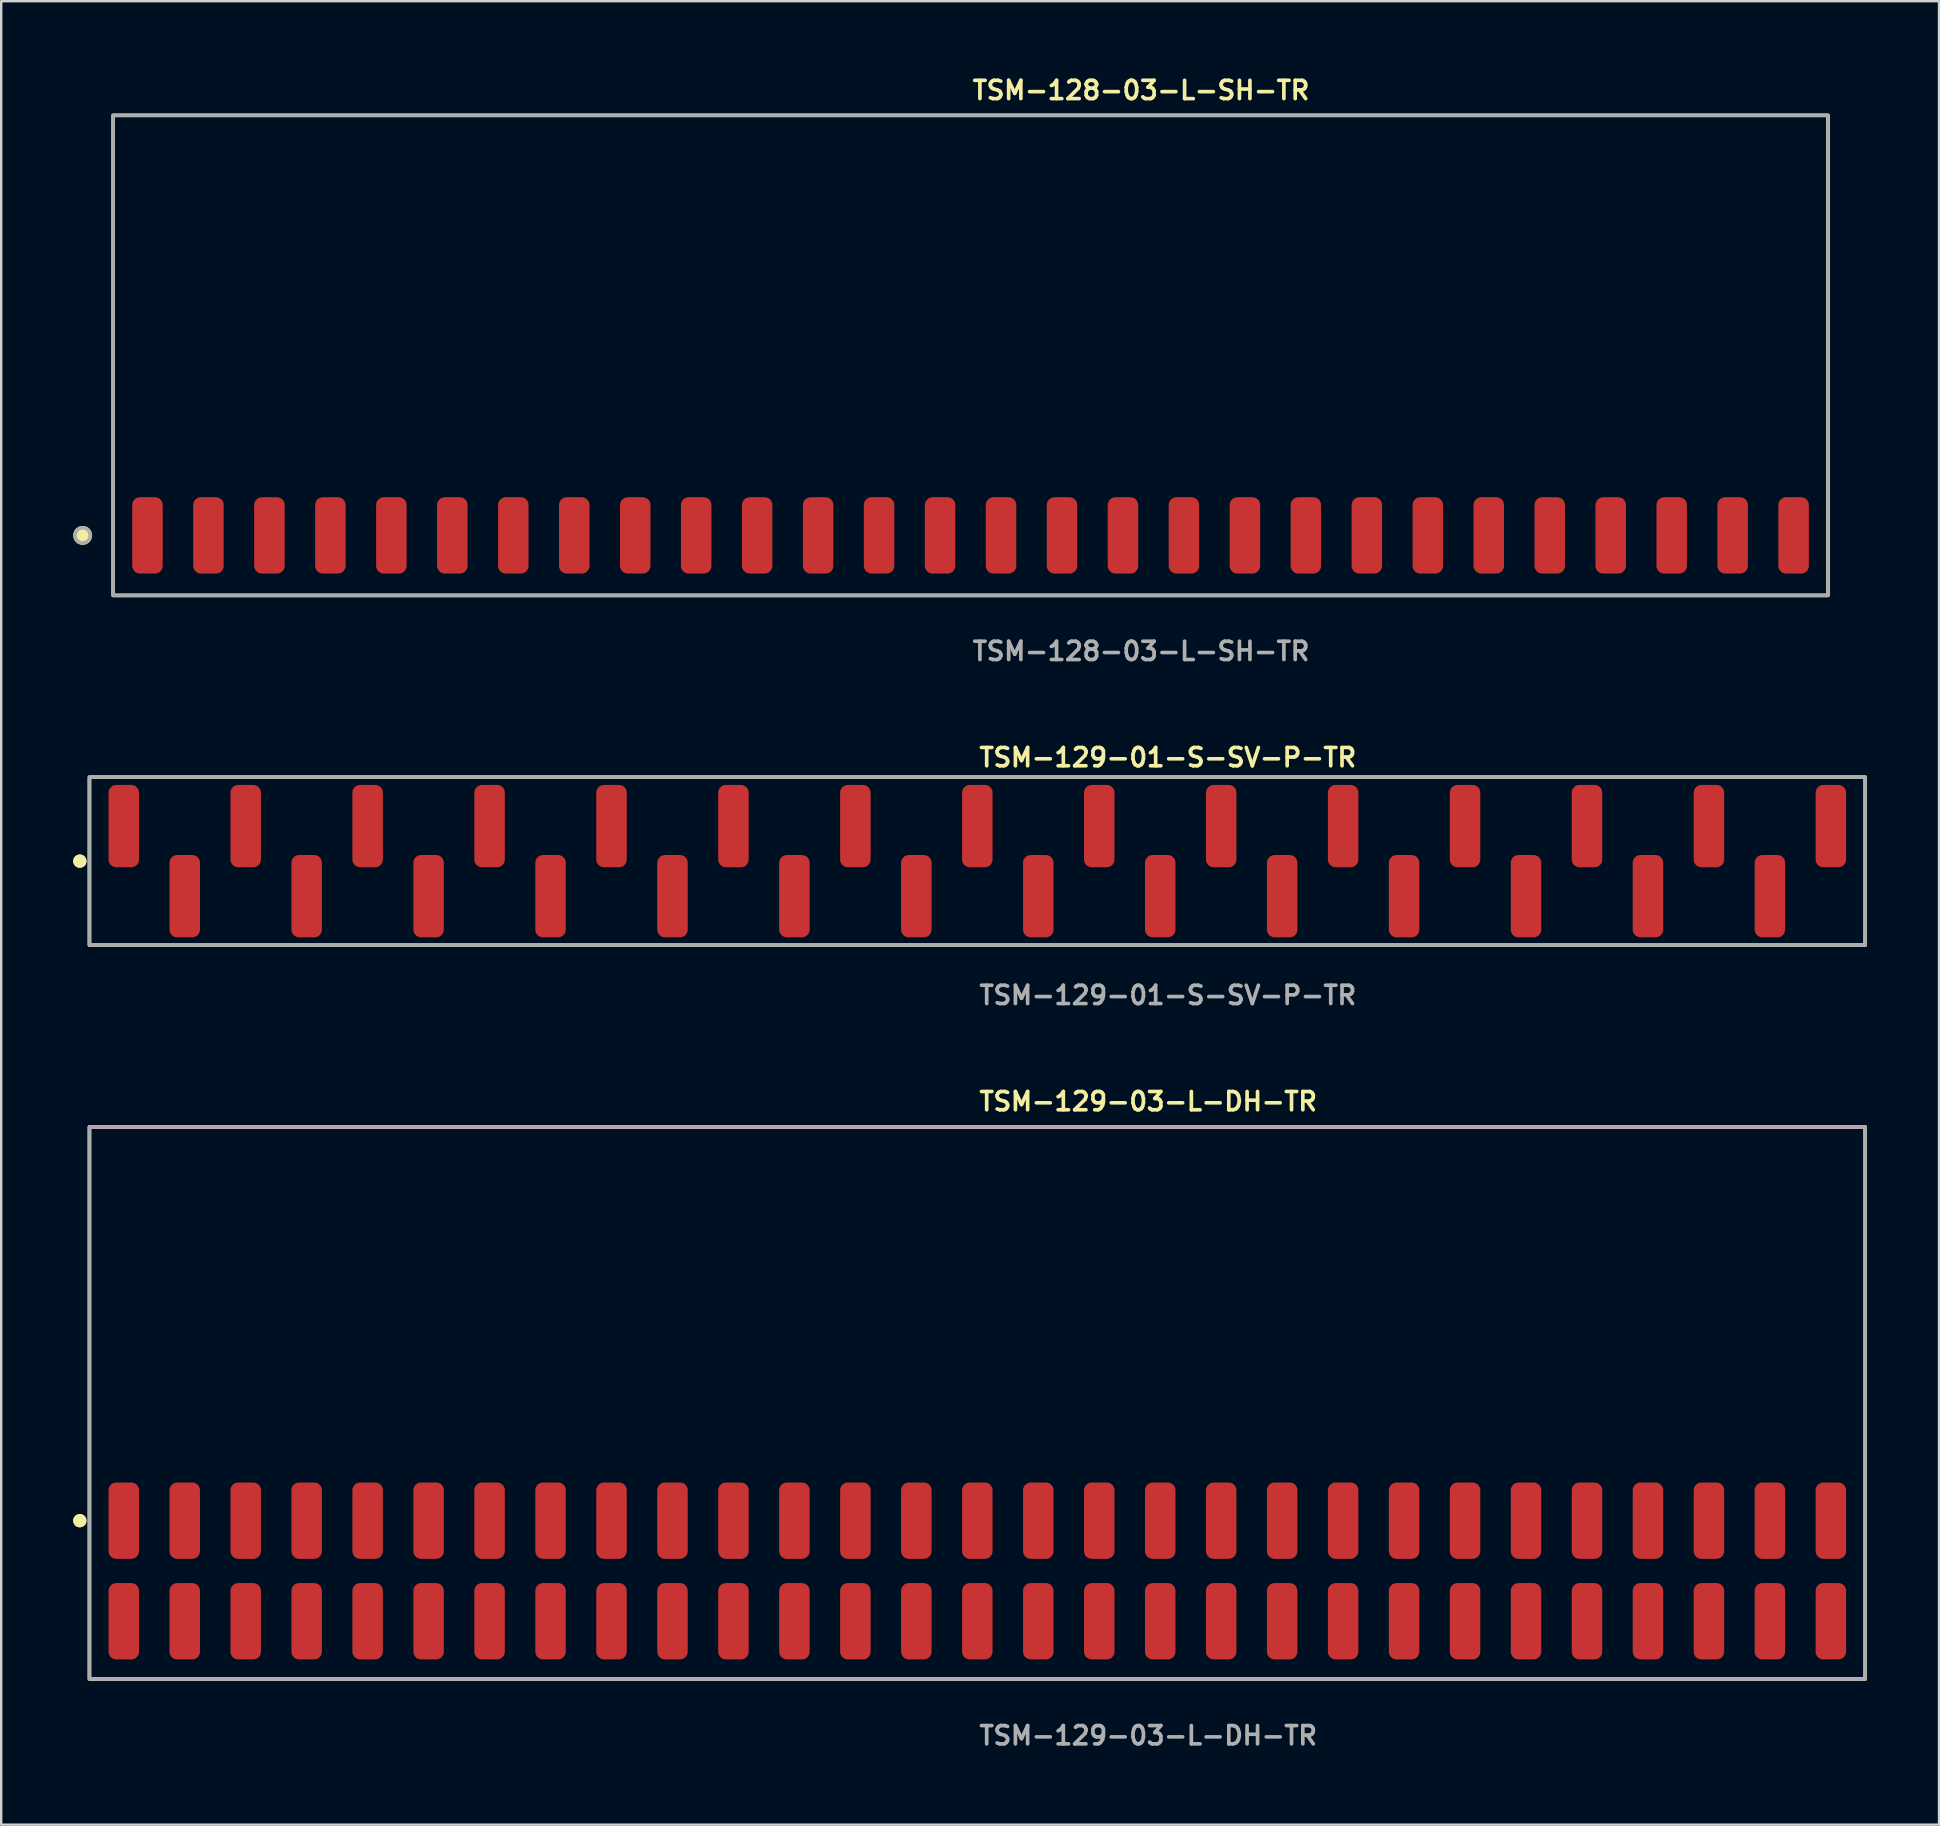
<source format=kicad_pcb>
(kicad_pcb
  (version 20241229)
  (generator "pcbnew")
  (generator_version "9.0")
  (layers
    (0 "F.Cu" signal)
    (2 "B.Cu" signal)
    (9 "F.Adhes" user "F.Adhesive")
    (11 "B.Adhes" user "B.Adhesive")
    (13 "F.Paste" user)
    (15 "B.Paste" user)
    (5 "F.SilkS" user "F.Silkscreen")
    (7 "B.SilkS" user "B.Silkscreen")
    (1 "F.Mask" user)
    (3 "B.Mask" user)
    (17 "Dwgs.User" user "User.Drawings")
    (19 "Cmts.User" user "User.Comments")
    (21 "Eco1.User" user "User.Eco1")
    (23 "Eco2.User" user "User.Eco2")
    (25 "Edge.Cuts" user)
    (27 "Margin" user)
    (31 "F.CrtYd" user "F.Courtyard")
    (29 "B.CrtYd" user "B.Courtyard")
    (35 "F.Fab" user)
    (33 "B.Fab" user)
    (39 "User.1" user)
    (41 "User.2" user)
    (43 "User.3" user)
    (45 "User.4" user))
  (footprint "TSM-129-03-L-DH-TR"
    (layer "F.Cu")
    (at 37.666 62.398)
    (property "Reference" "TSM-129-03-L-DH-TR" (at 0 -19.558 0) (unlocked yes) (layer "F.SilkS") (effects (font (size 0.762 0.762) (thickness 0.152)) (justify left)))
    (fp_rect (start -36.99 4.5) (end 36.99 -18.5) (stroke (width 0.152) (type solid)) (fill no) (layer "F.SilkS"))
    (fp_circle (center -37.39 -2.095) (end -37.59 -2.095) (stroke (width 0.152) (type solid)) (fill yes) (layer "F.SilkS"))
    (fp_circle (center -37.39 -2.095) (end -37.59 -2.095) (stroke (width 0.152) (type solid)) (fill yes) (layer "F.SilkS"))
    (fp_rect (start -36.99 4.5) (end 36.99 -18.5) (stroke (width 0.006) (type solid)) (fill no) (layer "F.CrtYd"))
    (fp_rect (start -36.99 4.5) (end 36.99 -18.5) (stroke (width 0.152) (type solid)) (fill no) (layer "F.Fab"))
    (fp_text user "${REFERENCE}" (at 0 6.858 0) (unlocked yes) (layer "F.Fab") (effects (font (size 0.762 0.762) (thickness 0.152)) (justify left)))
    (pad "1" smd roundrect (at -35.56 2.095) (size 1.27 3.18) (layers "F.Cu" "F.Paste") (roundrect_rratio 0.25))
    (pad "2" smd roundrect (at -35.56 -2.095) (size 1.27 3.18) (layers "F.Cu" "F.Paste") (roundrect_rratio 0.25))
    (pad "3" smd roundrect (at -33.02 2.095) (size 1.27 3.18) (layers "F.Cu" "F.Paste") (roundrect_rratio 0.25))
    (pad "4" smd roundrect (at -33.02 -2.095) (size 1.27 3.18) (layers "F.Cu" "F.Paste") (roundrect_rratio 0.25))
    (pad "5" smd roundrect (at -30.48 2.095) (size 1.27 3.18) (layers "F.Cu" "F.Paste") (roundrect_rratio 0.25))
    (pad "6" smd roundrect (at -30.48 -2.095) (size 1.27 3.18) (layers "F.Cu" "F.Paste") (roundrect_rratio 0.25))
    (pad "7" smd roundrect (at -27.94 2.095) (size 1.27 3.18) (layers "F.Cu" "F.Paste") (roundrect_rratio 0.25))
    (pad "8" smd roundrect (at -27.94 -2.095) (size 1.27 3.18) (layers "F.Cu" "F.Paste") (roundrect_rratio 0.25))
    (pad "9" smd roundrect (at -25.4 2.095) (size 1.27 3.18) (layers "F.Cu" "F.Paste") (roundrect_rratio 0.25))
    (pad "10" smd roundrect (at -25.4 -2.095) (size 1.27 3.18) (layers "F.Cu" "F.Paste") (roundrect_rratio 0.25))
    (pad "11" smd roundrect (at -22.86 2.095) (size 1.27 3.18) (layers "F.Cu" "F.Paste") (roundrect_rratio 0.25))
    (pad "12" smd roundrect (at -22.86 -2.095) (size 1.27 3.18) (layers "F.Cu" "F.Paste") (roundrect_rratio 0.25))
    (pad "13" smd roundrect (at -20.32 2.095) (size 1.27 3.18) (layers "F.Cu" "F.Paste") (roundrect_rratio 0.25))
    (pad "14" smd roundrect (at -20.32 -2.095) (size 1.27 3.18) (layers "F.Cu" "F.Paste") (roundrect_rratio 0.25))
    (pad "15" smd roundrect (at -17.78 2.095) (size 1.27 3.18) (layers "F.Cu" "F.Paste") (roundrect_rratio 0.25))
    (pad "16" smd roundrect (at -17.78 -2.095) (size 1.27 3.18) (layers "F.Cu" "F.Paste") (roundrect_rratio 0.25))
    (pad "17" smd roundrect (at -15.24 2.095) (size 1.27 3.18) (layers "F.Cu" "F.Paste") (roundrect_rratio 0.25))
    (pad "18" smd roundrect (at -15.24 -2.095) (size 1.27 3.18) (layers "F.Cu" "F.Paste") (roundrect_rratio 0.25))
    (pad "19" smd roundrect (at -12.7 2.095) (size 1.27 3.18) (layers "F.Cu" "F.Paste") (roundrect_rratio 0.25))
    (pad "20" smd roundrect (at -12.7 -2.095) (size 1.27 3.18) (layers "F.Cu" "F.Paste") (roundrect_rratio 0.25))
    (pad "21" smd roundrect (at -10.16 2.095) (size 1.27 3.18) (layers "F.Cu" "F.Paste") (roundrect_rratio 0.25))
    (pad "22" smd roundrect (at -10.16 -2.095) (size 1.27 3.18) (layers "F.Cu" "F.Paste") (roundrect_rratio 0.25))
    (pad "23" smd roundrect (at -7.62 2.095) (size 1.27 3.18) (layers "F.Cu" "F.Paste") (roundrect_rratio 0.25))
    (pad "24" smd roundrect (at -7.62 -2.095) (size 1.27 3.18) (layers "F.Cu" "F.Paste") (roundrect_rratio 0.25))
    (pad "25" smd roundrect (at -5.08 2.095) (size 1.27 3.18) (layers "F.Cu" "F.Paste") (roundrect_rratio 0.25))
    (pad "26" smd roundrect (at -5.08 -2.095) (size 1.27 3.18) (layers "F.Cu" "F.Paste") (roundrect_rratio 0.25))
    (pad "27" smd roundrect (at -2.54 2.095) (size 1.27 3.18) (layers "F.Cu" "F.Paste") (roundrect_rratio 0.25))
    (pad "28" smd roundrect (at -2.54 -2.095) (size 1.27 3.18) (layers "F.Cu" "F.Paste") (roundrect_rratio 0.25))
    (pad "29" smd roundrect (at 0 2.095) (size 1.27 3.18) (layers "F.Cu" "F.Paste") (roundrect_rratio 0.25))
    (pad "30" smd roundrect (at 0 -2.095) (size 1.27 3.18) (layers "F.Cu" "F.Paste") (roundrect_rratio 0.25))
    (pad "31" smd roundrect (at 2.54 2.095) (size 1.27 3.18) (layers "F.Cu" "F.Paste") (roundrect_rratio 0.25))
    (pad "32" smd roundrect (at 2.54 -2.095) (size 1.27 3.18) (layers "F.Cu" "F.Paste") (roundrect_rratio 0.25))
    (pad "33" smd roundrect (at 5.08 2.095) (size 1.27 3.18) (layers "F.Cu" "F.Paste") (roundrect_rratio 0.25))
    (pad "34" smd roundrect (at 5.08 -2.095) (size 1.27 3.18) (layers "F.Cu" "F.Paste") (roundrect_rratio 0.25))
    (pad "35" smd roundrect (at 7.62 2.095) (size 1.27 3.18) (layers "F.Cu" "F.Paste") (roundrect_rratio 0.25))
    (pad "36" smd roundrect (at 7.62 -2.095) (size 1.27 3.18) (layers "F.Cu" "F.Paste") (roundrect_rratio 0.25))
    (pad "37" smd roundrect (at 10.16 2.095) (size 1.27 3.18) (layers "F.Cu" "F.Paste") (roundrect_rratio 0.25))
    (pad "38" smd roundrect (at 10.16 -2.095) (size 1.27 3.18) (layers "F.Cu" "F.Paste") (roundrect_rratio 0.25))
    (pad "39" smd roundrect (at 12.7 2.095) (size 1.27 3.18) (layers "F.Cu" "F.Paste") (roundrect_rratio 0.25))
    (pad "40" smd roundrect (at 12.7 -2.095) (size 1.27 3.18) (layers "F.Cu" "F.Paste") (roundrect_rratio 0.25))
    (pad "41" smd roundrect (at 15.24 2.095) (size 1.27 3.18) (layers "F.Cu" "F.Paste") (roundrect_rratio 0.25))
    (pad "42" smd roundrect (at 15.24 -2.095) (size 1.27 3.18) (layers "F.Cu" "F.Paste") (roundrect_rratio 0.25))
    (pad "43" smd roundrect (at 17.78 2.095) (size 1.27 3.18) (layers "F.Cu" "F.Paste") (roundrect_rratio 0.25))
    (pad "44" smd roundrect (at 17.78 -2.095) (size 1.27 3.18) (layers "F.Cu" "F.Paste") (roundrect_rratio 0.25))
    (pad "45" smd roundrect (at 20.32 2.095) (size 1.27 3.18) (layers "F.Cu" "F.Paste") (roundrect_rratio 0.25))
    (pad "46" smd roundrect (at 20.32 -2.095) (size 1.27 3.18) (layers "F.Cu" "F.Paste") (roundrect_rratio 0.25))
    (pad "47" smd roundrect (at 22.86 2.095) (size 1.27 3.18) (layers "F.Cu" "F.Paste") (roundrect_rratio 0.25))
    (pad "48" smd roundrect (at 22.86 -2.095) (size 1.27 3.18) (layers "F.Cu" "F.Paste") (roundrect_rratio 0.25))
    (pad "49" smd roundrect (at 25.4 2.095) (size 1.27 3.18) (layers "F.Cu" "F.Paste") (roundrect_rratio 0.25))
    (pad "50" smd roundrect (at 25.4 -2.095) (size 1.27 3.18) (layers "F.Cu" "F.Paste") (roundrect_rratio 0.25))
    (pad "51" smd roundrect (at 27.94 2.095) (size 1.27 3.18) (layers "F.Cu" "F.Paste") (roundrect_rratio 0.25))
    (pad "52" smd roundrect (at 27.94 -2.095) (size 1.27 3.18) (layers "F.Cu" "F.Paste") (roundrect_rratio 0.25))
    (pad "53" smd roundrect (at 30.48 2.095) (size 1.27 3.18) (layers "F.Cu" "F.Paste") (roundrect_rratio 0.25))
    (pad "54" smd roundrect (at 30.48 -2.095) (size 1.27 3.18) (layers "F.Cu" "F.Paste") (roundrect_rratio 0.25))
    (pad "55" smd roundrect (at 33.02 2.095) (size 1.27 3.18) (layers "F.Cu" "F.Paste") (roundrect_rratio 0.25))
    (pad "56" smd roundrect (at 33.02 -2.095) (size 1.27 3.18) (layers "F.Cu" "F.Paste") (roundrect_rratio 0.25))
    (pad "57" smd roundrect (at 35.56 2.095) (size 1.27 3.18) (layers "F.Cu" "F.Paste") (roundrect_rratio 0.25))
    (pad "58" smd roundrect (at 35.56 -2.095) (size 1.27 3.18) (layers "F.Cu" "F.Paste") (roundrect_rratio 0.25)))
  (footprint "TSM-129-01-S-SV-P-TR"
    (layer "F.Cu")
    (at 37.666 32.826)
    (property "Reference" "TSM-129-01-S-SV-P-TR" (at 0 -4.318 0) (unlocked yes) (layer "F.SilkS") (effects (font (size 0.762 0.762) (thickness 0.152)) (justify left)))
    (fp_rect (start -36.99 3.5) (end 36.99 -3.5) (stroke (width 0.152) (type solid)) (fill no) (layer "F.SilkS"))
    (fp_circle (center -37.39 0) (end -37.59 0) (stroke (width 0.152) (type solid)) (fill yes) (layer "F.SilkS"))
    (fp_circle (center -37.39 0) (end -37.59 0) (stroke (width 0.152) (type solid)) (fill yes) (layer "F.SilkS"))
    (fp_rect (start -36.99 3.5) (end 36.99 -3.5) (stroke (width 0.006) (type solid)) (fill no) (layer "F.CrtYd"))
    (fp_rect (start -36.99 3.5) (end 36.99 -3.5) (stroke (width 0.152) (type solid)) (fill no) (layer "F.Fab"))
    (fp_text user "${REFERENCE}" (at 0 5.588 0) (unlocked yes) (layer "F.Fab") (effects (font (size 0.762 0.762) (thickness 0.152)) (justify left)))
    (pad "1" smd roundrect (at -35.56 -1.46) (size 1.27 3.43) (layers "F.Cu" "F.Paste") (roundrect_rratio 0.25))
    (pad "2" smd roundrect (at -33.02 1.46) (size 1.27 3.43) (layers "F.Cu" "F.Paste") (roundrect_rratio 0.25))
    (pad "3" smd roundrect (at -30.48 -1.46) (size 1.27 3.43) (layers "F.Cu" "F.Paste") (roundrect_rratio 0.25))
    (pad "4" smd roundrect (at -27.94 1.46) (size 1.27 3.43) (layers "F.Cu" "F.Paste") (roundrect_rratio 0.25))
    (pad "5" smd roundrect (at -25.4 -1.46) (size 1.27 3.43) (layers "F.Cu" "F.Paste") (roundrect_rratio 0.25))
    (pad "6" smd roundrect (at -22.86 1.46) (size 1.27 3.43) (layers "F.Cu" "F.Paste") (roundrect_rratio 0.25))
    (pad "7" smd roundrect (at -20.32 -1.46) (size 1.27 3.43) (layers "F.Cu" "F.Paste") (roundrect_rratio 0.25))
    (pad "8" smd roundrect (at -17.78 1.46) (size 1.27 3.43) (layers "F.Cu" "F.Paste") (roundrect_rratio 0.25))
    (pad "9" smd roundrect (at -15.24 -1.46) (size 1.27 3.43) (layers "F.Cu" "F.Paste") (roundrect_rratio 0.25))
    (pad "10" smd roundrect (at -12.7 1.46) (size 1.27 3.43) (layers "F.Cu" "F.Paste") (roundrect_rratio 0.25))
    (pad "11" smd roundrect (at -10.16 -1.46) (size 1.27 3.43) (layers "F.Cu" "F.Paste") (roundrect_rratio 0.25))
    (pad "12" smd roundrect (at -7.62 1.46) (size 1.27 3.43) (layers "F.Cu" "F.Paste") (roundrect_rratio 0.25))
    (pad "13" smd roundrect (at -5.08 -1.46) (size 1.27 3.43) (layers "F.Cu" "F.Paste") (roundrect_rratio 0.25))
    (pad "14" smd roundrect (at -2.54 1.46) (size 1.27 3.43) (layers "F.Cu" "F.Paste") (roundrect_rratio 0.25))
    (pad "15" smd roundrect (at 0 -1.46) (size 1.27 3.43) (layers "F.Cu" "F.Paste") (roundrect_rratio 0.25))
    (pad "16" smd roundrect (at 2.54 1.46) (size 1.27 3.43) (layers "F.Cu" "F.Paste") (roundrect_rratio 0.25))
    (pad "17" smd roundrect (at 5.08 -1.46) (size 1.27 3.43) (layers "F.Cu" "F.Paste") (roundrect_rratio 0.25))
    (pad "18" smd roundrect (at 7.62 1.46) (size 1.27 3.43) (layers "F.Cu" "F.Paste") (roundrect_rratio 0.25))
    (pad "19" smd roundrect (at 10.16 -1.46) (size 1.27 3.43) (layers "F.Cu" "F.Paste") (roundrect_rratio 0.25))
    (pad "20" smd roundrect (at 12.7 1.46) (size 1.27 3.43) (layers "F.Cu" "F.Paste") (roundrect_rratio 0.25))
    (pad "21" smd roundrect (at 15.24 -1.46) (size 1.27 3.43) (layers "F.Cu" "F.Paste") (roundrect_rratio 0.25))
    (pad "22" smd roundrect (at 17.78 1.46) (size 1.27 3.43) (layers "F.Cu" "F.Paste") (roundrect_rratio 0.25))
    (pad "23" smd roundrect (at 20.32 -1.46) (size 1.27 3.43) (layers "F.Cu" "F.Paste") (roundrect_rratio 0.25))
    (pad "24" smd roundrect (at 22.86 1.46) (size 1.27 3.43) (layers "F.Cu" "F.Paste") (roundrect_rratio 0.25))
    (pad "25" smd roundrect (at 25.4 -1.46) (size 1.27 3.43) (layers "F.Cu" "F.Paste") (roundrect_rratio 0.25))
    (pad "26" smd roundrect (at 27.94 1.46) (size 1.27 3.43) (layers "F.Cu" "F.Paste") (roundrect_rratio 0.25))
    (pad "27" smd roundrect (at 30.48 -1.46) (size 1.27 3.43) (layers "F.Cu" "F.Paste") (roundrect_rratio 0.25))
    (pad "28" smd roundrect (at 33.02 1.46) (size 1.27 3.43) (layers "F.Cu" "F.Paste") (roundrect_rratio 0.25))
    (pad "29" smd roundrect (at 35.56 -1.46) (size 1.27 3.43) (layers "F.Cu" "F.Paste") (roundrect_rratio 0.25)))
  (footprint "TSM-128-03-L-SH-TR"
    (layer "F.Cu")
    (at 37.384 19.255)
    (property "Reference" "TSM-128-03-L-SH-TR" (at 0 -18.542 0) (unlocked yes) (layer "F.SilkS") (effects (font (size 0.762 0.762) (thickness 0.152)) (justify left)))
    (fp_rect (start -35.72 2.5) (end 35.72 -17.5) (stroke (width 0.152) (type solid)) (fill no) (layer "F.SilkS"))
    (fp_circle (center -36.99 0) (end -37.307 0) (stroke (width 0.152) (type solid)) (fill yes) (layer "F.SilkS"))
    (fp_rect (start -35.72 2.5) (end 35.72 -17.5) (stroke (width 0.006) (type solid)) (fill no) (layer "F.CrtYd"))
    (fp_rect (start -35.72 2.5) (end 35.72 -17.5) (stroke (width 0.152) (type solid)) (fill no) (layer "F.Fab"))
    (fp_circle (center -36.99 0) (end -37.307 0) (stroke (width 0.152) (type solid)) (fill no) (layer "F.Fab"))
    (fp_text user "${REFERENCE}" (at 0 4.826 0) (unlocked yes) (layer "F.Fab") (effects (font (size 0.762 0.762) (thickness 0.152)) (justify left)))
    (pad "1" smd roundrect (at -34.29 0) (size 1.27 3.18) (layers "F.Cu" "F.Paste") (roundrect_rratio 0.25))
    (pad "2" smd roundrect (at -31.75 0) (size 1.27 3.18) (layers "F.Cu" "F.Paste") (roundrect_rratio 0.25))
    (pad "3" smd roundrect (at -29.21 0) (size 1.27 3.18) (layers "F.Cu" "F.Paste") (roundrect_rratio 0.25))
    (pad "4" smd roundrect (at -26.67 0) (size 1.27 3.18) (layers "F.Cu" "F.Paste") (roundrect_rratio 0.25))
    (pad "5" smd roundrect (at -24.13 0) (size 1.27 3.18) (layers "F.Cu" "F.Paste") (roundrect_rratio 0.25))
    (pad "6" smd roundrect (at -21.59 0) (size 1.27 3.18) (layers "F.Cu" "F.Paste") (roundrect_rratio 0.25))
    (pad "7" smd roundrect (at -19.05 0) (size 1.27 3.18) (layers "F.Cu" "F.Paste") (roundrect_rratio 0.25))
    (pad "8" smd roundrect (at -16.51 0) (size 1.27 3.18) (layers "F.Cu" "F.Paste") (roundrect_rratio 0.25))
    (pad "9" smd roundrect (at -13.97 0) (size 1.27 3.18) (layers "F.Cu" "F.Paste") (roundrect_rratio 0.25))
    (pad "10" smd roundrect (at -11.43 0) (size 1.27 3.18) (layers "F.Cu" "F.Paste") (roundrect_rratio 0.25))
    (pad "11" smd roundrect (at -8.89 0) (size 1.27 3.18) (layers "F.Cu" "F.Paste") (roundrect_rratio 0.25))
    (pad "12" smd roundrect (at -6.35 0) (size 1.27 3.18) (layers "F.Cu" "F.Paste") (roundrect_rratio 0.25))
    (pad "13" smd roundrect (at -3.81 0) (size 1.27 3.18) (layers "F.Cu" "F.Paste") (roundrect_rratio 0.25))
    (pad "14" smd roundrect (at -1.27 0) (size 1.27 3.18) (layers "F.Cu" "F.Paste") (roundrect_rratio 0.25))
    (pad "15" smd roundrect (at 1.27 0) (size 1.27 3.18) (layers "F.Cu" "F.Paste") (roundrect_rratio 0.25))
    (pad "16" smd roundrect (at 3.81 0) (size 1.27 3.18) (layers "F.Cu" "F.Paste") (roundrect_rratio 0.25))
    (pad "17" smd roundrect (at 6.35 0) (size 1.27 3.18) (layers "F.Cu" "F.Paste") (roundrect_rratio 0.25))
    (pad "18" smd roundrect (at 8.89 0) (size 1.27 3.18) (layers "F.Cu" "F.Paste") (roundrect_rratio 0.25))
    (pad "19" smd roundrect (at 11.43 0) (size 1.27 3.18) (layers "F.Cu" "F.Paste") (roundrect_rratio 0.25))
    (pad "20" smd roundrect (at 13.97 0) (size 1.27 3.18) (layers "F.Cu" "F.Paste") (roundrect_rratio 0.25))
    (pad "21" smd roundrect (at 16.51 0) (size 1.27 3.18) (layers "F.Cu" "F.Paste") (roundrect_rratio 0.25))
    (pad "22" smd roundrect (at 19.05 0) (size 1.27 3.18) (layers "F.Cu" "F.Paste") (roundrect_rratio 0.25))
    (pad "23" smd roundrect (at 21.59 0) (size 1.27 3.18) (layers "F.Cu" "F.Paste") (roundrect_rratio 0.25))
    (pad "24" smd roundrect (at 24.13 0) (size 1.27 3.18) (layers "F.Cu" "F.Paste") (roundrect_rratio 0.25))
    (pad "25" smd roundrect (at 26.67 0) (size 1.27 3.18) (layers "F.Cu" "F.Paste") (roundrect_rratio 0.25))
    (pad "26" smd roundrect (at 29.21 0) (size 1.27 3.18) (layers "F.Cu" "F.Paste") (roundrect_rratio 0.25))
    (pad "27" smd roundrect (at 31.75 0) (size 1.27 3.18) (layers "F.Cu" "F.Paste") (roundrect_rratio 0.25))
    (pad "28" smd roundrect (at 34.29 0) (size 1.27 3.18) (layers "F.Cu" "F.Paste") (roundrect_rratio 0.25)))
  (gr_rect
    (start -3 -3)
    (end 77.732 72.969)
    (stroke (width 0.1) (type default))
    (fill no)
    (layer "Edge.Cuts")))
</source>
